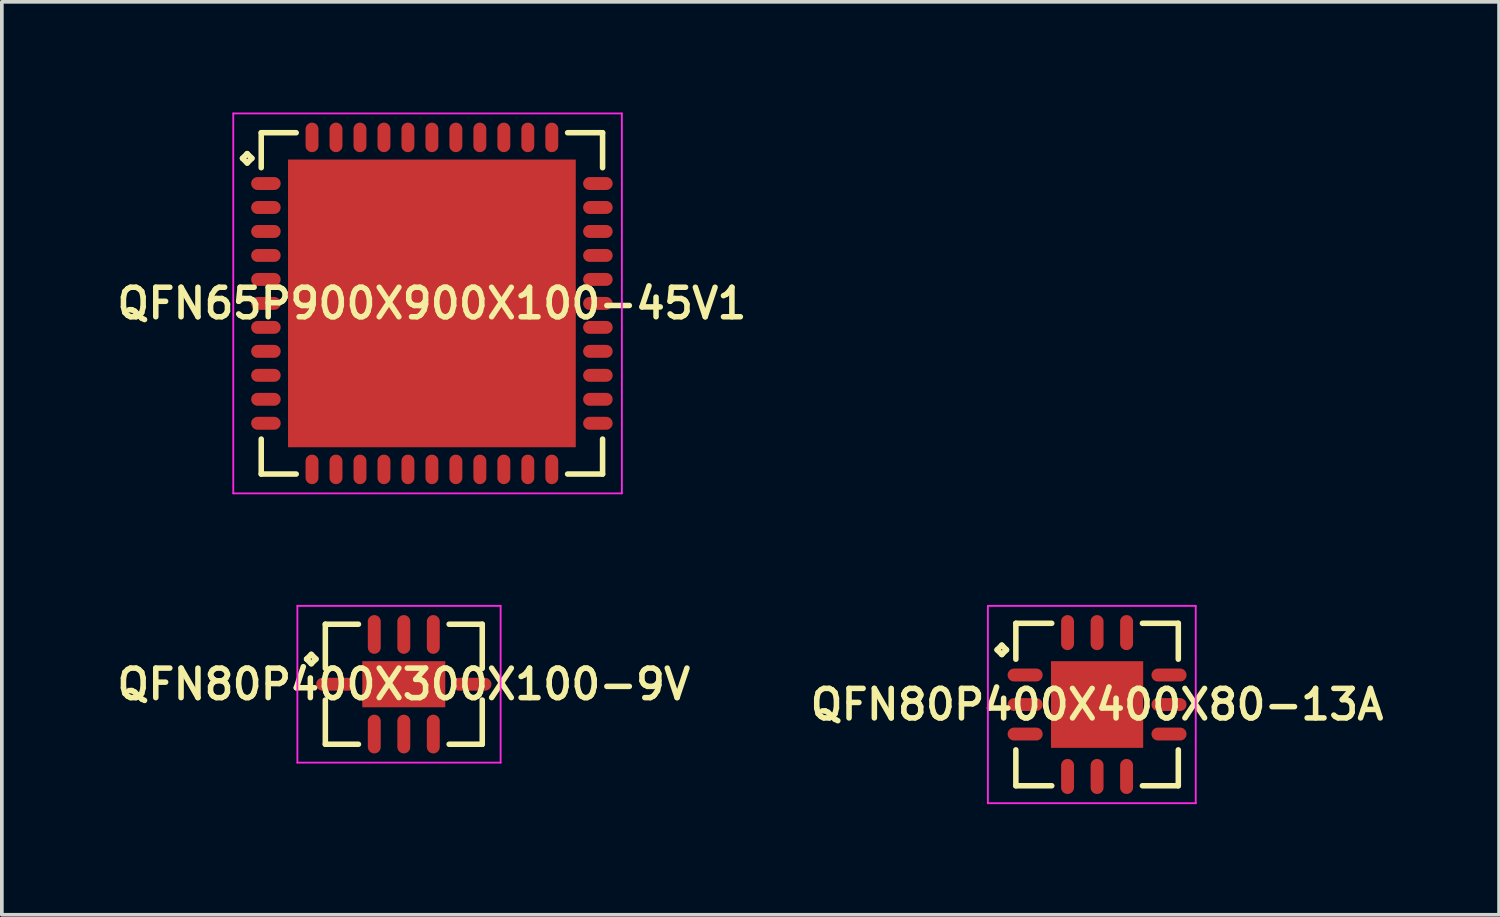
<source format=kicad_pcb>
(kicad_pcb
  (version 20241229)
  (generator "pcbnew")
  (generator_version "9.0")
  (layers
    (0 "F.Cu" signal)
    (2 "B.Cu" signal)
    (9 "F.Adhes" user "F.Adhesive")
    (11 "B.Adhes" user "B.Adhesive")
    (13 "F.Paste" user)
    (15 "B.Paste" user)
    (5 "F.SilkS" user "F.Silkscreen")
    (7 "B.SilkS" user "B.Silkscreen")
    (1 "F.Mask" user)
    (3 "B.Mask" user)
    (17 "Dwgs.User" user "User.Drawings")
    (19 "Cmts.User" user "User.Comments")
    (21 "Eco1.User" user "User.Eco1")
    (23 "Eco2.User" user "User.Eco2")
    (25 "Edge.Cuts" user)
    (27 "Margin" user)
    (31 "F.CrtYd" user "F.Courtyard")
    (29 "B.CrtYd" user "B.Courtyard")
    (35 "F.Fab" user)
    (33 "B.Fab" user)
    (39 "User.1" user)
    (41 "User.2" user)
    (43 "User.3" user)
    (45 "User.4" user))
  (footprint "QFN65P900X900X100-45V1"
    (layer "F.Cu")
    (at 8.659 5.175)
    (property "Reference" "QFN65P900X900X100-45V1" (at 0 0 0) (layer "F.SilkS") (effects (font (size 0.8 0.8) (thickness 0.15))))
    (attr smd)
    (fp_line (start -5.135 -3.933) (end -5.008 -4.06) (stroke (width 0.15) (type solid)) (layer "F.SilkS"))
    (fp_line (start -5.008 -4.06) (end -4.881 -3.933) (stroke (width 0.15) (type solid)) (layer "F.SilkS"))
    (fp_line (start -5.008 -3.806) (end -5.135 -3.933) (stroke (width 0.15) (type solid)) (layer "F.SilkS"))
    (fp_line (start -4.881 -3.933) (end -5.008 -3.806) (stroke (width 0.15) (type solid)) (layer "F.SilkS"))
    (fp_line (start -4.627 -4.627) (end -3.679 -4.627) (stroke (width 0.15) (type solid)) (layer "F.SilkS"))
    (fp_line (start -4.627 -3.679) (end -4.627 -4.627) (stroke (width 0.15) (type solid)) (layer "F.SilkS"))
    (fp_line (start -4.627 3.679) (end -4.627 4.627) (stroke (width 0.15) (type solid)) (layer "F.SilkS"))
    (fp_line (start -4.627 4.627) (end -3.679 4.627) (stroke (width 0.15) (type solid)) (layer "F.SilkS"))
    (fp_line (start 3.679 -4.627) (end 4.627 -4.627) (stroke (width 0.15) (type solid)) (layer "F.SilkS"))
    (fp_line (start 3.679 4.627) (end 4.627 4.627) (stroke (width 0.15) (type solid)) (layer "F.SilkS"))
    (fp_line (start 4.627 -4.627) (end 4.627 -3.679) (stroke (width 0.15) (type solid)) (layer "F.SilkS"))
    (fp_line (start 4.627 4.627) (end 4.627 3.679) (stroke (width 0.15) (type solid)) (layer "F.SilkS"))
    (fp_line (start -5.385 -5.15) (end 5.15 -5.15) (stroke (width 0.05) (type solid)) (layer "F.CrtYd"))
    (fp_line (start -5.385 5.15) (end -5.385 -5.15) (stroke (width 0.05) (type solid)) (layer "F.CrtYd"))
    (fp_line (start 5.15 -5.15) (end 5.15 5.15) (stroke (width 0.05) (type solid)) (layer "F.CrtYd"))
    (fp_line (start 5.15 5.15) (end -5.385 5.15) (stroke (width 0.05) (type solid)) (layer "F.CrtYd"))
    (pad "1" smd oval (at -4.5 -3.25) (size 0.8 0.35) (layers "F.Cu" "F.Mask" "F.Paste"))
    (pad "2" smd oval (at -4.5 -2.6) (size 0.8 0.35) (layers "F.Cu" "F.Mask" "F.Paste"))
    (pad "3" smd oval (at -4.5 -1.95) (size 0.8 0.35) (layers "F.Cu" "F.Mask" "F.Paste"))
    (pad "4" smd oval (at -4.5 -1.3) (size 0.8 0.35) (layers "F.Cu" "F.Mask" "F.Paste"))
    (pad "5" smd oval (at -4.5 -0.65) (size 0.8 0.35) (layers "F.Cu" "F.Mask" "F.Paste"))
    (pad "6" smd oval (at -4.5 0) (size 0.8 0.35) (layers "F.Cu" "F.Mask" "F.Paste"))
    (pad "7" smd oval (at -4.5 0.65) (size 0.8 0.35) (layers "F.Cu" "F.Mask" "F.Paste"))
    (pad "8" smd oval (at -4.5 1.3) (size 0.8 0.35) (layers "F.Cu" "F.Mask" "F.Paste"))
    (pad "9" smd oval (at -4.5 1.95) (size 0.8 0.35) (layers "F.Cu" "F.Mask" "F.Paste"))
    (pad "10" smd oval (at -4.5 2.6) (size 0.8 0.35) (layers "F.Cu" "F.Mask" "F.Paste"))
    (pad "11" smd oval (at -4.5 3.25) (size 0.8 0.35) (layers "F.Cu" "F.Mask" "F.Paste"))
    (pad "12" smd oval (at -3.25 4.5) (size 0.35 0.8) (layers "F.Cu" "F.Mask" "F.Paste"))
    (pad "13" smd oval (at -2.6 4.5) (size 0.35 0.8) (layers "F.Cu" "F.Mask" "F.Paste"))
    (pad "14" smd oval (at -1.95 4.5) (size 0.35 0.8) (layers "F.Cu" "F.Mask" "F.Paste"))
    (pad "15" smd oval (at -1.3 4.5) (size 0.35 0.8) (layers "F.Cu" "F.Mask" "F.Paste"))
    (pad "16" smd oval (at -0.65 4.5) (size 0.35 0.8) (layers "F.Cu" "F.Mask" "F.Paste"))
    (pad "17" smd oval (at 0 4.5) (size 0.35 0.8) (layers "F.Cu" "F.Mask" "F.Paste"))
    (pad "18" smd oval (at 0.65 4.5) (size 0.35 0.8) (layers "F.Cu" "F.Mask" "F.Paste"))
    (pad "19" smd oval (at 1.3 4.5) (size 0.35 0.8) (layers "F.Cu" "F.Mask" "F.Paste"))
    (pad "20" smd oval (at 1.95 4.5) (size 0.35 0.8) (layers "F.Cu" "F.Mask" "F.Paste"))
    (pad "21" smd oval (at 2.6 4.5) (size 0.35 0.8) (layers "F.Cu" "F.Mask" "F.Paste"))
    (pad "22" smd oval (at 3.25 4.5) (size 0.35 0.8) (layers "F.Cu" "F.Mask" "F.Paste"))
    (pad "23" smd oval (at 4.5 3.25) (size 0.8 0.35) (layers "F.Cu" "F.Mask" "F.Paste"))
    (pad "24" smd oval (at 4.5 2.6) (size 0.8 0.35) (layers "F.Cu" "F.Mask" "F.Paste"))
    (pad "25" smd oval (at 4.5 1.95) (size 0.8 0.35) (layers "F.Cu" "F.Mask" "F.Paste"))
    (pad "26" smd oval (at 4.5 1.3) (size 0.8 0.35) (layers "F.Cu" "F.Mask" "F.Paste"))
    (pad "27" smd oval (at 4.5 0.65) (size 0.8 0.35) (layers "F.Cu" "F.Mask" "F.Paste"))
    (pad "28" smd oval (at 4.5 0) (size 0.8 0.35) (layers "F.Cu" "F.Mask" "F.Paste"))
    (pad "29" smd oval (at 4.5 -0.65) (size 0.8 0.35) (layers "F.Cu" "F.Mask" "F.Paste"))
    (pad "30" smd oval (at 4.5 -1.3) (size 0.8 0.35) (layers "F.Cu" "F.Mask" "F.Paste"))
    (pad "31" smd oval (at 4.5 -1.95) (size 0.8 0.35) (layers "F.Cu" "F.Mask" "F.Paste"))
    (pad "32" smd oval (at 4.5 -2.6) (size 0.8 0.35) (layers "F.Cu" "F.Mask" "F.Paste"))
    (pad "33" smd oval (at 4.5 -3.25) (size 0.8 0.35) (layers "F.Cu" "F.Mask" "F.Paste"))
    (pad "34" smd oval (at 3.25 -4.5) (size 0.35 0.8) (layers "F.Cu" "F.Mask" "F.Paste"))
    (pad "35" smd oval (at 2.6 -4.5) (size 0.35 0.8) (layers "F.Cu" "F.Mask" "F.Paste"))
    (pad "36" smd oval (at 1.95 -4.5) (size 0.35 0.8) (layers "F.Cu" "F.Mask" "F.Paste"))
    (pad "37" smd oval (at 1.3 -4.5) (size 0.35 0.8) (layers "F.Cu" "F.Mask" "F.Paste"))
    (pad "38" smd oval (at 0.65 -4.5) (size 0.35 0.8) (layers "F.Cu" "F.Mask" "F.Paste"))
    (pad "39" smd oval (at 0 -4.5) (size 0.35 0.8) (layers "F.Cu" "F.Mask" "F.Paste"))
    (pad "40" smd oval (at -0.65 -4.5) (size 0.35 0.8) (layers "F.Cu" "F.Mask" "F.Paste"))
    (pad "41" smd oval (at -1.3 -4.5) (size 0.35 0.8) (layers "F.Cu" "F.Mask" "F.Paste"))
    (pad "42" smd oval (at -1.95 -4.5) (size 0.35 0.8) (layers "F.Cu" "F.Mask" "F.Paste"))
    (pad "43" smd oval (at -2.6 -4.5) (size 0.35 0.8) (layers "F.Cu" "F.Mask" "F.Paste"))
    (pad "44" smd oval (at -3.25 -4.5) (size 0.35 0.8) (layers "F.Cu" "F.Mask" "F.Paste"))
    (pad "45" smd rect (at 0 0) (size 7.8 7.8) (layers "F.Cu" "F.Mask" "F.Paste")))
  (footprint "QFN80P400X300X100-9V"
    (layer "F.Cu")
    (at 7.897 15.5)
    (property "Reference" "QFN80P400X300X100-9V" (at 0 0 0) (layer "F.SilkS") (effects (font (size 0.8 0.8) (thickness 0.15))))
    (attr smd)
    (fp_line (start -2.635 -0.683) (end -2.508 -0.81) (stroke (width 0.15) (type solid)) (layer "F.SilkS"))
    (fp_line (start -2.508 -0.81) (end -2.381 -0.683) (stroke (width 0.15) (type solid)) (layer "F.SilkS"))
    (fp_line (start -2.508 -0.556) (end -2.635 -0.683) (stroke (width 0.15) (type solid)) (layer "F.SilkS"))
    (fp_line (start -2.381 -0.683) (end -2.508 -0.556) (stroke (width 0.15) (type solid)) (layer "F.SilkS"))
    (fp_line (start -2.127 -1.627) (end -1.229 -1.627) (stroke (width 0.15) (type solid)) (layer "F.SilkS"))
    (fp_line (start -2.127 -0.429) (end -2.127 -1.627) (stroke (width 0.15) (type solid)) (layer "F.SilkS"))
    (fp_line (start -2.127 0.429) (end -2.127 1.627) (stroke (width 0.15) (type solid)) (layer "F.SilkS"))
    (fp_line (start -2.127 1.627) (end -1.229 1.627) (stroke (width 0.15) (type solid)) (layer "F.SilkS"))
    (fp_line (start 1.229 -1.627) (end 2.127 -1.627) (stroke (width 0.15) (type solid)) (layer "F.SilkS"))
    (fp_line (start 1.229 1.627) (end 2.127 1.627) (stroke (width 0.15) (type solid)) (layer "F.SilkS"))
    (fp_line (start 2.127 -1.627) (end 2.127 -0.429) (stroke (width 0.15) (type solid)) (layer "F.SilkS"))
    (fp_line (start 2.127 1.627) (end 2.127 0.429) (stroke (width 0.15) (type solid)) (layer "F.SilkS"))
    (fp_line (start -2.885 -2.125) (end 2.625 -2.125) (stroke (width 0.05) (type solid)) (layer "F.CrtYd"))
    (fp_line (start -2.885 2.125) (end -2.885 -2.125) (stroke (width 0.05) (type solid)) (layer "F.CrtYd"))
    (fp_line (start 2.625 -2.125) (end 2.625 2.125) (stroke (width 0.05) (type solid)) (layer "F.CrtYd"))
    (fp_line (start 2.625 2.125) (end -2.885 2.125) (stroke (width 0.05) (type solid)) (layer "F.CrtYd"))
    (pad "1" smd oval (at -1.85 0) (size 1.05 0.35) (layers "F.Cu" "F.Mask" "F.Paste"))
    (pad "2" smd oval (at -0.8 1.35) (size 0.35 1.05) (layers "F.Cu" "F.Mask" "F.Paste"))
    (pad "3" smd oval (at 0 1.35) (size 0.35 1.05) (layers "F.Cu" "F.Mask" "F.Paste"))
    (pad "4" smd oval (at 0.8 1.35) (size 0.35 1.05) (layers "F.Cu" "F.Mask" "F.Paste"))
    (pad "5" smd oval (at 1.85 0) (size 1.05 0.35) (layers "F.Cu" "F.Mask" "F.Paste"))
    (pad "6" smd oval (at 0.8 -1.35) (size 0.35 1.05) (layers "F.Cu" "F.Mask" "F.Paste"))
    (pad "7" smd oval (at 0 -1.35) (size 0.35 1.05) (layers "F.Cu" "F.Mask" "F.Paste"))
    (pad "8" smd oval (at -0.8 -1.35) (size 0.35 1.05) (layers "F.Cu" "F.Mask" "F.Paste"))
    (pad "9" smd rect (at 0 0) (size 2.25 1.25) (layers "F.Cu" "F.Mask" "F.Paste")))
  (footprint "QFN80P400X400X80-13A"
    (layer "F.Cu")
    (at 26.692 16.05)
    (property "Reference" "QFN80P400X400X80-13A" (at 0 0 0) (layer "F.SilkS") (effects (font (size 0.8 0.8) (thickness 0.15))))
    (attr smd)
    (fp_line (start -2.71 -1.483) (end -2.583 -1.61) (stroke (width 0.15) (type solid)) (layer "F.SilkS"))
    (fp_line (start -2.583 -1.61) (end -2.456 -1.483) (stroke (width 0.15) (type solid)) (layer "F.SilkS"))
    (fp_line (start -2.583 -1.356) (end -2.71 -1.483) (stroke (width 0.15) (type solid)) (layer "F.SilkS"))
    (fp_line (start -2.456 -1.483) (end -2.583 -1.356) (stroke (width 0.15) (type solid)) (layer "F.SilkS"))
    (fp_line (start -2.202 -2.202) (end -1.229 -2.202) (stroke (width 0.15) (type solid)) (layer "F.SilkS"))
    (fp_line (start -2.202 -1.229) (end -2.202 -2.202) (stroke (width 0.15) (type solid)) (layer "F.SilkS"))
    (fp_line (start -2.202 1.229) (end -2.202 2.202) (stroke (width 0.15) (type solid)) (layer "F.SilkS"))
    (fp_line (start -2.202 2.202) (end -1.229 2.202) (stroke (width 0.15) (type solid)) (layer "F.SilkS"))
    (fp_line (start 1.229 -2.202) (end 2.202 -2.202) (stroke (width 0.15) (type solid)) (layer "F.SilkS"))
    (fp_line (start 1.229 2.202) (end 2.202 2.202) (stroke (width 0.15) (type solid)) (layer "F.SilkS"))
    (fp_line (start 2.202 -2.202) (end 2.202 -1.229) (stroke (width 0.15) (type solid)) (layer "F.SilkS"))
    (fp_line (start 2.202 2.202) (end 2.202 1.229) (stroke (width 0.15) (type solid)) (layer "F.SilkS"))
    (fp_line (start -2.96 -2.675) (end 2.675 -2.675) (stroke (width 0.05) (type solid)) (layer "F.CrtYd"))
    (fp_line (start -2.96 2.675) (end -2.96 -2.675) (stroke (width 0.05) (type solid)) (layer "F.CrtYd"))
    (fp_line (start 2.675 -2.675) (end 2.675 2.675) (stroke (width 0.05) (type solid)) (layer "F.CrtYd"))
    (fp_line (start 2.675 2.675) (end -2.96 2.675) (stroke (width 0.05) (type solid)) (layer "F.CrtYd"))
    (pad "1" smd oval (at -1.95 -0.8) (size 0.95 0.35) (layers "F.Cu" "F.Mask" "F.Paste"))
    (pad "2" smd oval (at -1.95 0) (size 0.95 0.35) (layers "F.Cu" "F.Mask" "F.Paste"))
    (pad "3" smd oval (at -1.95 0.8) (size 0.95 0.35) (layers "F.Cu" "F.Mask" "F.Paste"))
    (pad "4" smd oval (at -0.8 1.95) (size 0.35 0.95) (layers "F.Cu" "F.Mask" "F.Paste"))
    (pad "5" smd oval (at 0 1.95) (size 0.35 0.95) (layers "F.Cu" "F.Mask" "F.Paste"))
    (pad "6" smd oval (at 0.8 1.95) (size 0.35 0.95) (layers "F.Cu" "F.Mask" "F.Paste"))
    (pad "7" smd oval (at 1.95 0.8) (size 0.95 0.35) (layers "F.Cu" "F.Mask" "F.Paste"))
    (pad "8" smd oval (at 1.95 0) (size 0.95 0.35) (layers "F.Cu" "F.Mask" "F.Paste"))
    (pad "9" smd oval (at 1.95 -0.8) (size 0.95 0.35) (layers "F.Cu" "F.Mask" "F.Paste"))
    (pad "10" smd oval (at 0.8 -1.95) (size 0.35 0.95) (layers "F.Cu" "F.Mask" "F.Paste"))
    (pad "11" smd oval (at 0 -1.95) (size 0.35 0.95) (layers "F.Cu" "F.Mask" "F.Paste"))
    (pad "12" smd oval (at -0.8 -1.95) (size 0.35 0.95) (layers "F.Cu" "F.Mask" "F.Paste"))
    (pad "13" smd rect (at 0 0) (size 2.5 2.35) (layers "F.Cu" "F.Mask" "F.Paste")))
  (gr_rect
    (start -3 -3)
    (end 37.59 21.75)
    (stroke (width 0.1) (type default))
    (fill no)
    (layer "Edge.Cuts")))
</source>
